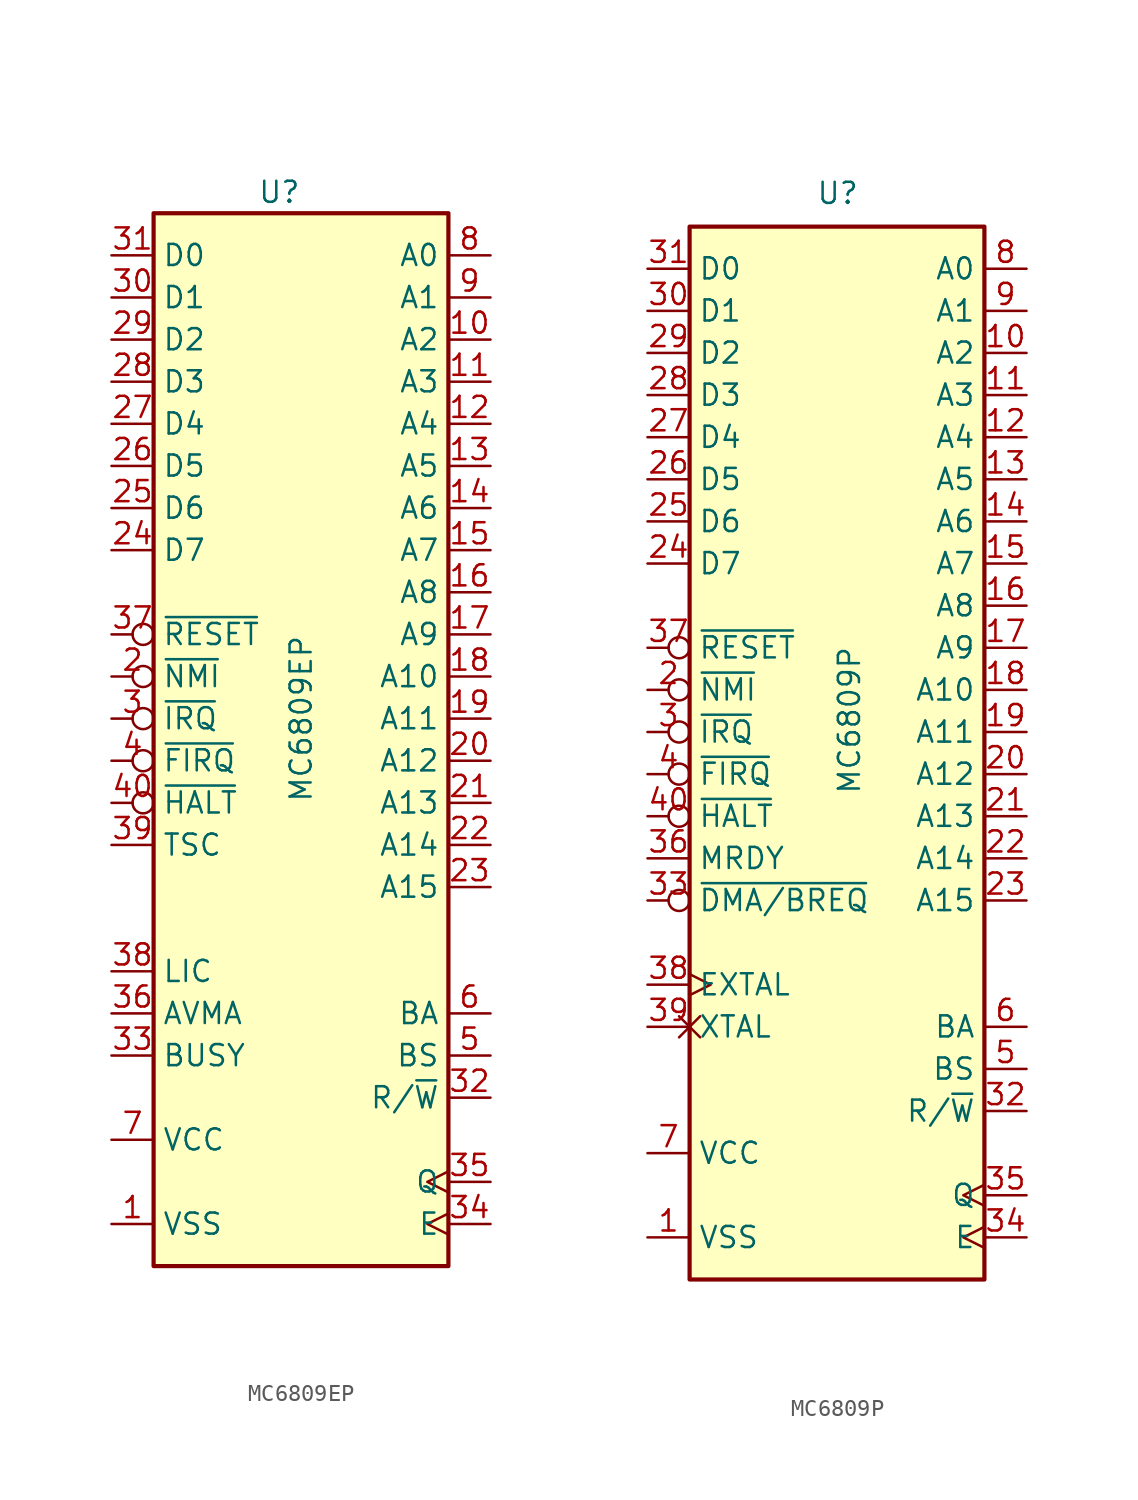
<source format=kicad_sym>
(kicad_symbol_lib
  (version 20220914)
  (generator kicad_symbol_editor)
  (symbol "MC6809EP"
    (property "Reference" "U"
      (at 0 31.75 0)
      (effects (font (size 1.27 1.27)) (justify right)))
    (property "Value" "MC6809EP"
      (at 0 5.08 90)
      (effects (font (size 1.27 1.27)) (justify right)))
    (symbol "MC6809EP_0_1"
      (rectangle (start -8.89 -33.02) (end 8.89 30.48) (stroke (width 0.254) (type default)) (fill (type background))))
    (symbol "MC6809EP_1_1"
      (pin power_in line (at -11.43 -30.48 0) (length 2.54) (name "VSS" (effects (font (size 1.27 1.27)))) (number "1" (effects (font (size 1.27 1.27)))))
      (pin output line (at 11.43 22.86 180) (length 2.54) (name "A2" (effects (font (size 1.27 1.27)))) (number "10" (effects (font (size 1.27 1.27)))))
      (pin output line (at 11.43 20.32 180) (length 2.54) (name "A3" (effects (font (size 1.27 1.27)))) (number "11" (effects (font (size 1.27 1.27)))))
      (pin output line (at 11.43 17.78 180) (length 2.54) (name "A4" (effects (font (size 1.27 1.27)))) (number "12" (effects (font (size 1.27 1.27)))))
      (pin output line (at 11.43 15.24 180) (length 2.54) (name "A5" (effects (font (size 1.27 1.27)))) (number "13" (effects (font (size 1.27 1.27)))))
      (pin output line (at 11.43 12.7 180) (length 2.54) (name "A6" (effects (font (size 1.27 1.27)))) (number "14" (effects (font (size 1.27 1.27)))))
      (pin output line (at 11.43 10.16 180) (length 2.54) (name "A7" (effects (font (size 1.27 1.27)))) (number "15" (effects (font (size 1.27 1.27)))))
      (pin output line (at 11.43 7.62 180) (length 2.54) (name "A8" (effects (font (size 1.27 1.27)))) (number "16" (effects (font (size 1.27 1.27)))))
      (pin output line (at 11.43 5.08 180) (length 2.54) (name "A9" (effects (font (size 1.27 1.27)))) (number "17" (effects (font (size 1.27 1.27)))))
      (pin output line (at 11.43 2.54 180) (length 2.54) (name "A10" (effects (font (size 1.27 1.27)))) (number "18" (effects (font (size 1.27 1.27)))))
      (pin output line (at 11.43 0 180) (length 2.54) (name "A11" (effects (font (size 1.27 1.27)))) (number "19" (effects (font (size 1.27 1.27)))))
      (pin input inverted (at -11.43 2.54 0) (length 2.54) (name "~{NMI}" (effects (font (size 1.27 1.27)))) (number "2" (effects (font (size 1.27 1.27)))))
      (pin output line (at 11.43 -2.54 180) (length 2.54) (name "A12" (effects (font (size 1.27 1.27)))) (number "20" (effects (font (size 1.27 1.27)))))
      (pin output line (at 11.43 -5.08 180) (length 2.54) (name "A13" (effects (font (size 1.27 1.27)))) (number "21" (effects (font (size 1.27 1.27)))))
      (pin output line (at 11.43 -7.62 180) (length 2.54) (name "A14" (effects (font (size 1.27 1.27)))) (number "22" (effects (font (size 1.27 1.27)))))
      (pin output line (at 11.43 -10.16 180) (length 2.54) (name "A15" (effects (font (size 1.27 1.27)))) (number "23" (effects (font (size 1.27 1.27)))))
      (pin bidirectional line (at -11.43 10.16 0) (length 2.54) (name "D7" (effects (font (size 1.27 1.27)))) (number "24" (effects (font (size 1.27 1.27)))))
      (pin bidirectional line (at -11.43 12.7 0) (length 2.54) (name "D6" (effects (font (size 1.27 1.27)))) (number "25" (effects (font (size 1.27 1.27)))))
      (pin bidirectional line (at -11.43 15.24 0) (length 2.54) (name "D5" (effects (font (size 1.27 1.27)))) (number "26" (effects (font (size 1.27 1.27)))))
      (pin bidirectional line (at -11.43 17.78 0) (length 2.54) (name "D4" (effects (font (size 1.27 1.27)))) (number "27" (effects (font (size 1.27 1.27)))))
      (pin bidirectional line (at -11.43 20.32 0) (length 2.54) (name "D3" (effects (font (size 1.27 1.27)))) (number "28" (effects (font (size 1.27 1.27)))))
      (pin bidirectional line (at -11.43 22.86 0) (length 2.54) (name "D2" (effects (font (size 1.27 1.27)))) (number "29" (effects (font (size 1.27 1.27)))))
      (pin input inverted (at -11.43 0 0) (length 2.54) (name "~{IRQ}" (effects (font (size 1.27 1.27)))) (number "3" (effects (font (size 1.27 1.27)))))
      (pin bidirectional line (at -11.43 25.4 0) (length 2.54) (name "D1" (effects (font (size 1.27 1.27)))) (number "30" (effects (font (size 1.27 1.27)))))
      (pin bidirectional line (at -11.43 27.94 0) (length 2.54) (name "D0" (effects (font (size 1.27 1.27)))) (number "31" (effects (font (size 1.27 1.27)))))
      (pin output line (at 11.43 -22.86 180) (length 2.54) (name "R/~{W}" (effects (font (size 1.27 1.27)))) (number "32" (effects (font (size 1.27 1.27)))))
      (pin output line (at -11.43 -20.32 0) (length 2.54) (name "BUSY" (effects (font (size 1.27 1.27)))) (number "33" (effects (font (size 1.27 1.27)))))
      (pin input clock (at 11.43 -30.48 180) (length 2.54) (name "E" (effects (font (size 1.27 1.27)))) (number "34" (effects (font (size 1.27 1.27)))))
      (pin input clock (at 11.43 -27.94 180) (length 2.54) (name "Q" (effects (font (size 1.27 1.27)))) (number "35" (effects (font (size 1.27 1.27)))))
      (pin output line (at -11.43 -17.78 0) (length 2.54) (name "AVMA" (effects (font (size 1.27 1.27)))) (number "36" (effects (font (size 1.27 1.27)))))
      (pin input inverted (at -11.43 5.08 0) (length 2.54) (name "~{RESET}" (effects (font (size 1.27 1.27)))) (number "37" (effects (font (size 1.27 1.27)))))
      (pin output line (at -11.43 -15.24 0) (length 2.54) (name "LIC" (effects (font (size 1.27 1.27)))) (number "38" (effects (font (size 1.27 1.27)))))
      (pin input line (at -11.43 -7.62 0) (length 2.54) (name "TSC" (effects (font (size 1.27 1.27)))) (number "39" (effects (font (size 1.27 1.27)))))
      (pin input inverted (at -11.43 -2.54 0) (length 2.54) (name "~{FIRQ}" (effects (font (size 1.27 1.27)))) (number "4" (effects (font (size 1.27 1.27)))))
      (pin input inverted (at -11.43 -5.08 0) (length 2.54) (name "~{HALT}" (effects (font (size 1.27 1.27)))) (number "40" (effects (font (size 1.27 1.27)))))
      (pin output line (at 11.43 -20.32 180) (length 2.54) (name "BS" (effects (font (size 1.27 1.27)))) (number "5" (effects (font (size 1.27 1.27)))))
      (pin output line (at 11.43 -17.78 180) (length 2.54) (name "BA" (effects (font (size 1.27 1.27)))) (number "6" (effects (font (size 1.27 1.27)))))
      (pin power_in line (at -11.43 -25.4 0) (length 2.54) (name "VCC" (effects (font (size 1.27 1.27)))) (number "7" (effects (font (size 1.27 1.27)))))
      (pin output line (at 11.43 27.94 180) (length 2.54) (name "A0" (effects (font (size 1.27 1.27)))) (number "8" (effects (font (size 1.27 1.27)))))
      (pin output line (at 11.43 25.4 180) (length 2.54) (name "A1" (effects (font (size 1.27 1.27)))) (number "9" (effects (font (size 1.27 1.27)))))))
  (symbol "MC6809P"
    (property "Reference" "U"
      (at -1.27 31.75 0)
      (effects (font (size 1.27 1.27)) (justify left bottom)))
    (property "Value" "MC6809P"
      (at 0 -3.81 90)
      (effects (font (size 1.27 1.27)) (justify left top)))
    (symbol "MC6809P_0_1"
      (rectangle (start -8.89 -33.02) (end 8.89 30.48) (stroke (width 0.254) (type default)) (fill (type background))))
    (symbol "MC6809P_1_1"
      (pin power_in line (at -11.43 -30.48 0) (length 2.54) (name "VSS" (effects (font (size 1.27 1.27)))) (number "1" (effects (font (size 1.27 1.27)))))
      (pin output line (at 11.43 22.86 180) (length 2.54) (name "A2" (effects (font (size 1.27 1.27)))) (number "10" (effects (font (size 1.27 1.27)))))
      (pin output line (at 11.43 20.32 180) (length 2.54) (name "A3" (effects (font (size 1.27 1.27)))) (number "11" (effects (font (size 1.27 1.27)))))
      (pin output line (at 11.43 17.78 180) (length 2.54) (name "A4" (effects (font (size 1.27 1.27)))) (number "12" (effects (font (size 1.27 1.27)))))
      (pin output line (at 11.43 15.24 180) (length 2.54) (name "A5" (effects (font (size 1.27 1.27)))) (number "13" (effects (font (size 1.27 1.27)))))
      (pin output line (at 11.43 12.7 180) (length 2.54) (name "A6" (effects (font (size 1.27 1.27)))) (number "14" (effects (font (size 1.27 1.27)))))
      (pin output line (at 11.43 10.16 180) (length 2.54) (name "A7" (effects (font (size 1.27 1.27)))) (number "15" (effects (font (size 1.27 1.27)))))
      (pin output line (at 11.43 7.62 180) (length 2.54) (name "A8" (effects (font (size 1.27 1.27)))) (number "16" (effects (font (size 1.27 1.27)))))
      (pin output line (at 11.43 5.08 180) (length 2.54) (name "A9" (effects (font (size 1.27 1.27)))) (number "17" (effects (font (size 1.27 1.27)))))
      (pin output line (at 11.43 2.54 180) (length 2.54) (name "A10" (effects (font (size 1.27 1.27)))) (number "18" (effects (font (size 1.27 1.27)))))
      (pin output line (at 11.43 0 180) (length 2.54) (name "A11" (effects (font (size 1.27 1.27)))) (number "19" (effects (font (size 1.27 1.27)))))
      (pin input inverted (at -11.43 2.54 0) (length 2.54) (name "~{NMI}" (effects (font (size 1.27 1.27)))) (number "2" (effects (font (size 1.27 1.27)))))
      (pin output line (at 11.43 -2.54 180) (length 2.54) (name "A12" (effects (font (size 1.27 1.27)))) (number "20" (effects (font (size 1.27 1.27)))))
      (pin output line (at 11.43 -5.08 180) (length 2.54) (name "A13" (effects (font (size 1.27 1.27)))) (number "21" (effects (font (size 1.27 1.27)))))
      (pin output line (at 11.43 -7.62 180) (length 2.54) (name "A14" (effects (font (size 1.27 1.27)))) (number "22" (effects (font (size 1.27 1.27)))))
      (pin output line (at 11.43 -10.16 180) (length 2.54) (name "A15" (effects (font (size 1.27 1.27)))) (number "23" (effects (font (size 1.27 1.27)))))
      (pin bidirectional line (at -11.43 10.16 0) (length 2.54) (name "D7" (effects (font (size 1.27 1.27)))) (number "24" (effects (font (size 1.27 1.27)))))
      (pin bidirectional line (at -11.43 12.7 0) (length 2.54) (name "D6" (effects (font (size 1.27 1.27)))) (number "25" (effects (font (size 1.27 1.27)))))
      (pin bidirectional line (at -11.43 15.24 0) (length 2.54) (name "D5" (effects (font (size 1.27 1.27)))) (number "26" (effects (font (size 1.27 1.27)))))
      (pin bidirectional line (at -11.43 17.78 0) (length 2.54) (name "D4" (effects (font (size 1.27 1.27)))) (number "27" (effects (font (size 1.27 1.27)))))
      (pin bidirectional line (at -11.43 20.32 0) (length 2.54) (name "D3" (effects (font (size 1.27 1.27)))) (number "28" (effects (font (size 1.27 1.27)))))
      (pin bidirectional line (at -11.43 22.86 0) (length 2.54) (name "D2" (effects (font (size 1.27 1.27)))) (number "29" (effects (font (size 1.27 1.27)))))
      (pin input inverted (at -11.43 0 0) (length 2.54) (name "~{IRQ}" (effects (font (size 1.27 1.27)))) (number "3" (effects (font (size 1.27 1.27)))))
      (pin bidirectional line (at -11.43 25.4 0) (length 2.54) (name "D1" (effects (font (size 1.27 1.27)))) (number "30" (effects (font (size 1.27 1.27)))))
      (pin bidirectional line (at -11.43 27.94 0) (length 2.54) (name "D0" (effects (font (size 1.27 1.27)))) (number "31" (effects (font (size 1.27 1.27)))))
      (pin output line (at 11.43 -22.86 180) (length 2.54) (name "R/~{W}" (effects (font (size 1.27 1.27)))) (number "32" (effects (font (size 1.27 1.27)))))
      (pin input inverted (at -11.43 -10.16 0) (length 2.54) (name "~{DMA/BREQ}" (effects (font (size 1.27 1.27)))) (number "33" (effects (font (size 1.27 1.27)))))
      (pin output clock (at 11.43 -30.48 180) (length 2.54) (name "E" (effects (font (size 1.27 1.27)))) (number "34" (effects (font (size 1.27 1.27)))))
      (pin output clock (at 11.43 -27.94 180) (length 2.54) (name "Q" (effects (font (size 1.27 1.27)))) (number "35" (effects (font (size 1.27 1.27)))))
      (pin input line (at -11.43 -7.62 0) (length 2.54) (name "MRDY" (effects (font (size 1.27 1.27)))) (number "36" (effects (font (size 1.27 1.27)))))
      (pin input inverted (at -11.43 5.08 0) (length 2.54) (name "~{RESET}" (effects (font (size 1.27 1.27)))) (number "37" (effects (font (size 1.27 1.27)))))
      (pin input clock (at -11.43 -15.24 0) (length 2.54) (name "EXTAL" (effects (font (size 1.27 1.27)))) (number "38" (effects (font (size 1.27 1.27)))))
      (pin passive non_logic (at -11.43 -17.78 0) (length 2.54) (name "XTAL" (effects (font (size 1.27 1.27)))) (number "39" (effects (font (size 1.27 1.27)))))
      (pin input inverted (at -11.43 -2.54 0) (length 2.54) (name "~{FIRQ}" (effects (font (size 1.27 1.27)))) (number "4" (effects (font (size 1.27 1.27)))))
      (pin input inverted (at -11.43 -5.08 0) (length 2.54) (name "~{HALT}" (effects (font (size 1.27 1.27)))) (number "40" (effects (font (size 1.27 1.27)))))
      (pin output line (at 11.43 -20.32 180) (length 2.54) (name "BS" (effects (font (size 1.27 1.27)))) (number "5" (effects (font (size 1.27 1.27)))))
      (pin output line (at 11.43 -17.78 180) (length 2.54) (name "BA" (effects (font (size 1.27 1.27)))) (number "6" (effects (font (size 1.27 1.27)))))
      (pin power_in line (at -11.43 -25.4 0) (length 2.54) (name "VCC" (effects (font (size 1.27 1.27)))) (number "7" (effects (font (size 1.27 1.27)))))
      (pin output line (at 11.43 27.94 180) (length 2.54) (name "A0" (effects (font (size 1.27 1.27)))) (number "8" (effects (font (size 1.27 1.27)))))
      (pin output line (at 11.43 25.4 180) (length 2.54) (name "A1" (effects (font (size 1.27 1.27)))) (number "9" (effects (font (size 1.27 1.27))))))))
</source>
